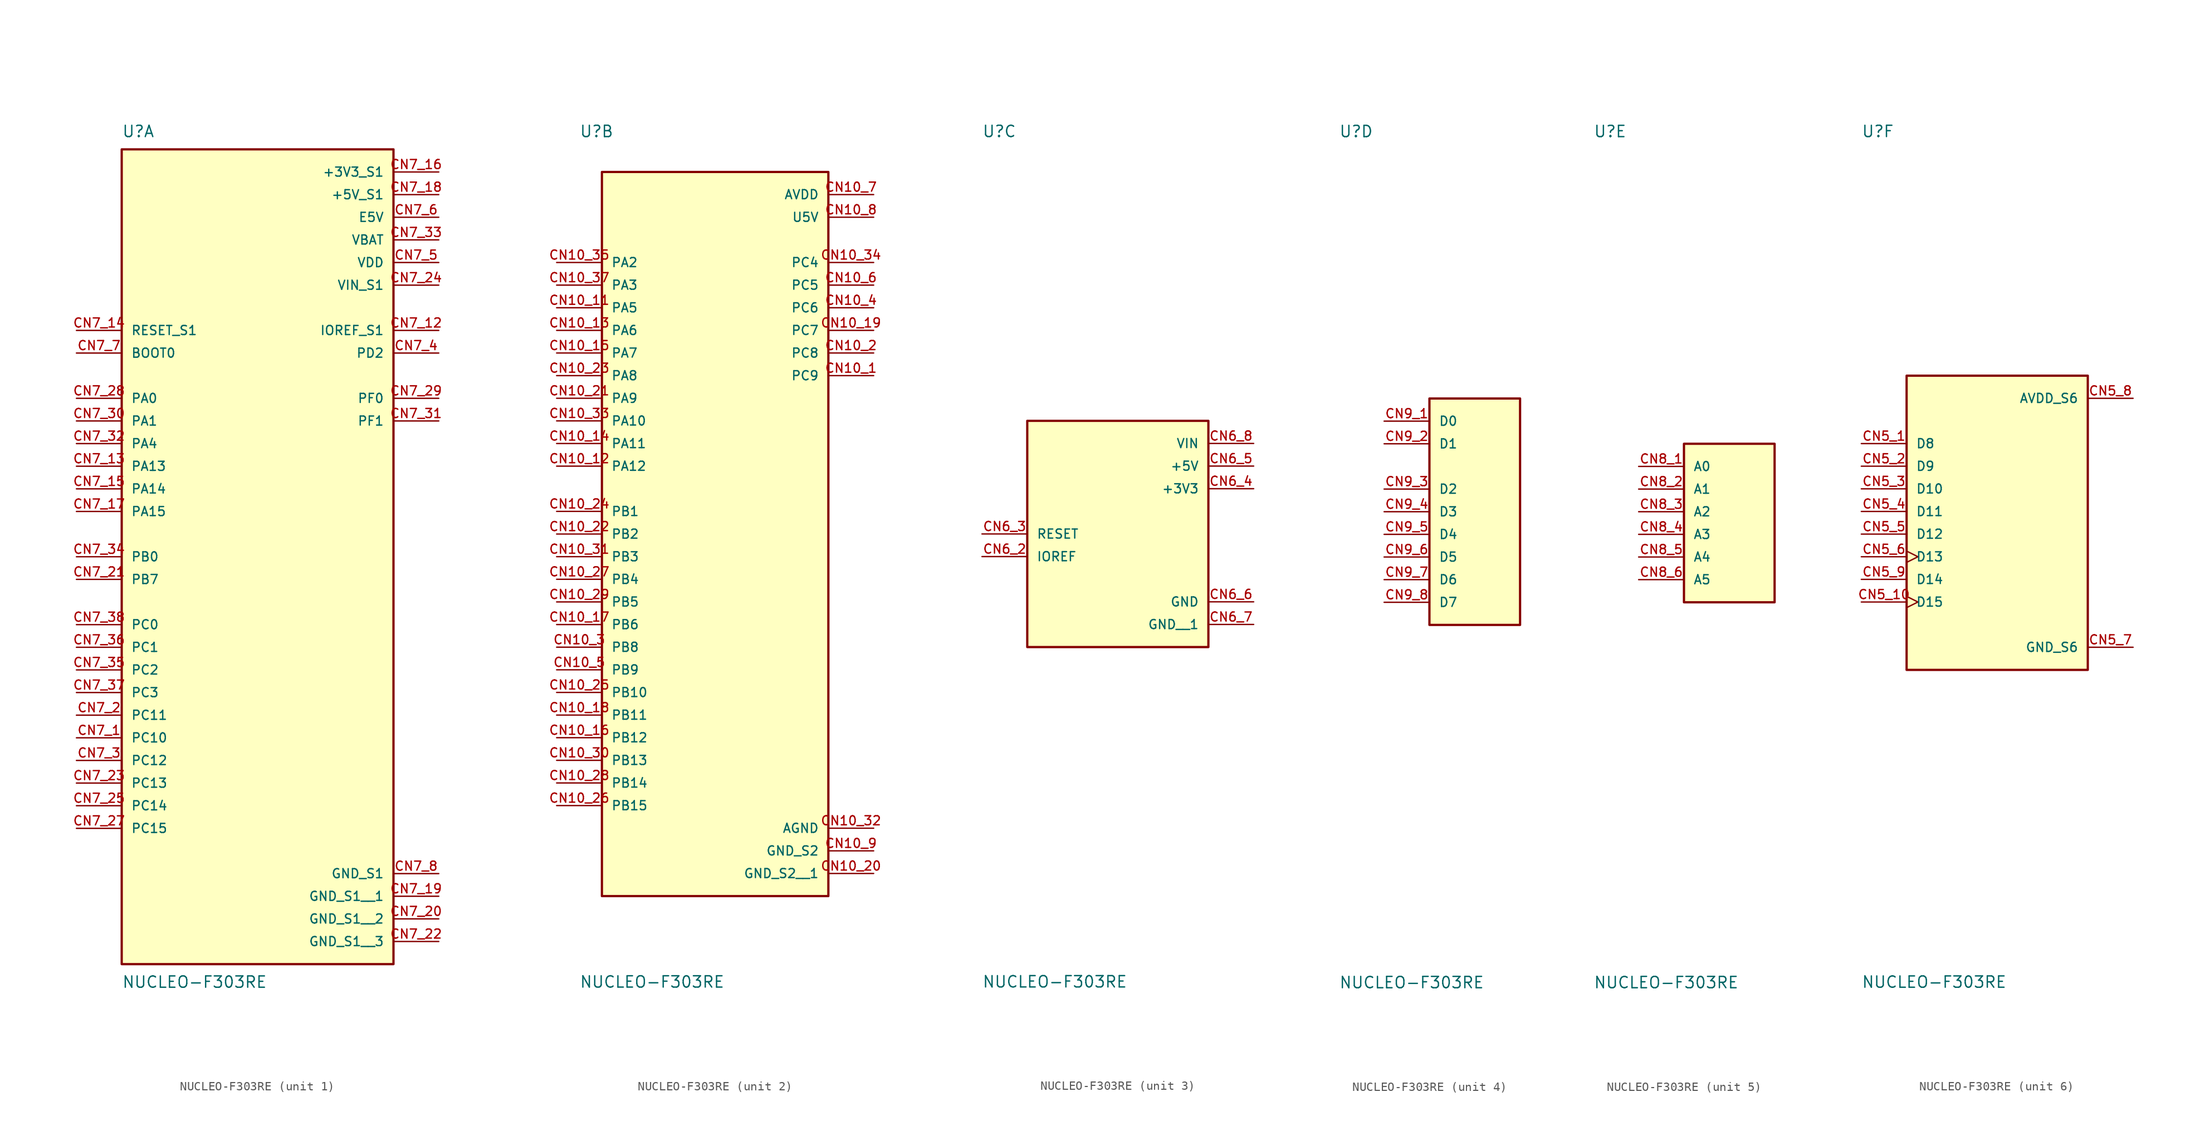
<source format=kicad_sym>
(kicad_symbol_lib
  (version 20211014)
  (generator kicad_symbol_editor)
  (symbol "NUCLEO-F303RE"
    (pin_names
      (offset 1.016))
    (property "Reference" "U"
      (at -15.24 41.91 0)
      (effects (font (size 1.27 1.27)) (justify bottom left)))
    (property "Value" "NUCLEO-F303RE"
      (at -15.24 -52.07 0.0)
      (effects (font (size 1.27 1.27)) (justify top left)))
    (symbol "NUCLEO-F303RE_1_0"
      (rectangle (start -15.24 -50.8) (end 15.24 40.64) (stroke (width 0.254)) (fill (type background)))
      (pin bidirectional line (at -20.32 -25.4 0) (length 5.08) (name "PC10" (effects (font (size 1.016 1.016)))) (number "CN7_1" (effects (font (size 1.016 1.016)))))
      (pin bidirectional line (at -20.32 -22.86 0) (length 5.08) (name "PC11" (effects (font (size 1.016 1.016)))) (number "CN7_2" (effects (font (size 1.016 1.016)))))
      (pin bidirectional line (at -20.32 -27.94 0) (length 5.08) (name "PC12" (effects (font (size 1.016 1.016)))) (number "CN7_3" (effects (font (size 1.016 1.016)))))
      (pin bidirectional line (at 20.32 17.78 180.0) (length 5.08) (name "PD2" (effects (font (size 1.016 1.016)))) (number "CN7_4" (effects (font (size 1.016 1.016)))))
      (pin power_in line (at 20.32 27.94 180.0) (length 5.08) (name "VDD" (effects (font (size 1.016 1.016)))) (number "CN7_5" (effects (font (size 1.016 1.016)))))
      (pin power_in line (at 20.32 33.02 180.0) (length 5.08) (name "E5V" (effects (font (size 1.016 1.016)))) (number "CN7_6" (effects (font (size 1.016 1.016)))))
      (pin bidirectional line (at -20.32 17.78 0) (length 5.08) (name "BOOT0" (effects (font (size 1.016 1.016)))) (number "CN7_7" (effects (font (size 1.016 1.016)))))
      (pin bidirectional line (at 20.32 20.32 180.0) (length 5.08) (name "IOREF_S1" (effects (font (size 1.016 1.016)))) (number "CN7_12" (effects (font (size 1.016 1.016)))))
      (pin bidirectional line (at -20.32 5.08 0) (length 5.08) (name "PA13" (effects (font (size 1.016 1.016)))) (number "CN7_13" (effects (font (size 1.016 1.016)))))
      (pin bidirectional line (at -20.32 20.32 0) (length 5.08) (name "RESET_S1" (effects (font (size 1.016 1.016)))) (number "CN7_14" (effects (font (size 1.016 1.016)))))
      (pin bidirectional line (at -20.32 2.54 0) (length 5.08) (name "PA14" (effects (font (size 1.016 1.016)))) (number "CN7_15" (effects (font (size 1.016 1.016)))))
      (pin power_in line (at 20.32 38.1 180.0) (length 5.08) (name "+3V3_S1" (effects (font (size 1.016 1.016)))) (number "CN7_16" (effects (font (size 1.016 1.016)))))
      (pin bidirectional line (at -20.32 0.0 0) (length 5.08) (name "PA15" (effects (font (size 1.016 1.016)))) (number "CN7_17" (effects (font (size 1.016 1.016)))))
      (pin power_in line (at 20.32 35.56 180.0) (length 5.08) (name "+5V_S1" (effects (font (size 1.016 1.016)))) (number "CN7_18" (effects (font (size 1.016 1.016)))))
      (pin power_in line (at 20.32 -40.64 180.0) (length 5.08) (name "GND_S1" (effects (font (size 1.016 1.016)))) (number "CN7_8" (effects (font (size 1.016 1.016)))))
      (pin bidirectional line (at -20.32 -7.62 0) (length 5.08) (name "PB7" (effects (font (size 1.016 1.016)))) (number "CN7_21" (effects (font (size 1.016 1.016)))))
      (pin bidirectional line (at -20.32 -30.48 0) (length 5.08) (name "PC13" (effects (font (size 1.016 1.016)))) (number "CN7_23" (effects (font (size 1.016 1.016)))))
      (pin power_in line (at 20.32 25.4 180.0) (length 5.08) (name "VIN_S1" (effects (font (size 1.016 1.016)))) (number "CN7_24" (effects (font (size 1.016 1.016)))))
      (pin bidirectional line (at -20.32 -33.02 0) (length 5.08) (name "PC14" (effects (font (size 1.016 1.016)))) (number "CN7_25" (effects (font (size 1.016 1.016)))))
      (pin bidirectional line (at -20.32 -35.56 0) (length 5.08) (name "PC15" (effects (font (size 1.016 1.016)))) (number "CN7_27" (effects (font (size 1.016 1.016)))))
      (pin bidirectional line (at -20.32 12.7 0) (length 5.08) (name "PA0" (effects (font (size 1.016 1.016)))) (number "CN7_28" (effects (font (size 1.016 1.016)))))
      (pin bidirectional line (at 20.32 12.7 180.0) (length 5.08) (name "PF0" (effects (font (size 1.016 1.016)))) (number "CN7_29" (effects (font (size 1.016 1.016)))))
      (pin bidirectional line (at -20.32 10.16 0) (length 5.08) (name "PA1" (effects (font (size 1.016 1.016)))) (number "CN7_30" (effects (font (size 1.016 1.016)))))
      (pin bidirectional line (at 20.32 10.16 180.0) (length 5.08) (name "PF1" (effects (font (size 1.016 1.016)))) (number "CN7_31" (effects (font (size 1.016 1.016)))))
      (pin bidirectional line (at -20.32 7.62 0) (length 5.08) (name "PA4" (effects (font (size 1.016 1.016)))) (number "CN7_32" (effects (font (size 1.016 1.016)))))
      (pin power_in line (at 20.32 30.48 180.0) (length 5.08) (name "VBAT" (effects (font (size 1.016 1.016)))) (number "CN7_33" (effects (font (size 1.016 1.016)))))
      (pin bidirectional line (at -20.32 -5.08 0) (length 5.08) (name "PB0" (effects (font (size 1.016 1.016)))) (number "CN7_34" (effects (font (size 1.016 1.016)))))
      (pin bidirectional line (at -20.32 -17.78 0) (length 5.08) (name "PC2" (effects (font (size 1.016 1.016)))) (number "CN7_35" (effects (font (size 1.016 1.016)))))
      (pin bidirectional line (at -20.32 -15.24 0) (length 5.08) (name "PC1" (effects (font (size 1.016 1.016)))) (number "CN7_36" (effects (font (size 1.016 1.016)))))
      (pin bidirectional line (at -20.32 -20.32 0) (length 5.08) (name "PC3" (effects (font (size 1.016 1.016)))) (number "CN7_37" (effects (font (size 1.016 1.016)))))
      (pin bidirectional line (at -20.32 -12.7 0) (length 5.08) (name "PC0" (effects (font (size 1.016 1.016)))) (number "CN7_38" (effects (font (size 1.016 1.016)))))
      (pin power_in line (at 20.32 -43.18 180.0) (length 5.08) (name "GND_S1__1" (effects (font (size 1.016 1.016)))) (number "CN7_19" (effects (font (size 1.016 1.016)))))
      (pin power_in line (at 20.32 -45.72 180.0) (length 5.08) (name "GND_S1__2" (effects (font (size 1.016 1.016)))) (number "CN7_20" (effects (font (size 1.016 1.016)))))
      (pin power_in line (at 20.32 -48.26 180.0) (length 5.08) (name "GND_S1__3" (effects (font (size 1.016 1.016)))) (number "CN7_22" (effects (font (size 1.016 1.016))))))
    (symbol "NUCLEO-F303RE_2_0"
      (rectangle (start -12.7 -43.18) (end 12.7 38.1) (stroke (width 0.254)) (fill (type background)))
      (pin bidirectional line (at 17.78 15.24 180.0) (length 5.08) (name "PC9" (effects (font (size 1.016 1.016)))) (number "CN10_1" (effects (font (size 1.016 1.016)))))
      (pin bidirectional line (at 17.78 17.78 180.0) (length 5.08) (name "PC8" (effects (font (size 1.016 1.016)))) (number "CN10_2" (effects (font (size 1.016 1.016)))))
      (pin bidirectional line (at -17.78 -15.24 0) (length 5.08) (name "PB8" (effects (font (size 1.016 1.016)))) (number "CN10_3" (effects (font (size 1.016 1.016)))))
      (pin bidirectional line (at 17.78 22.86 180.0) (length 5.08) (name "PC6" (effects (font (size 1.016 1.016)))) (number "CN10_4" (effects (font (size 1.016 1.016)))))
      (pin bidirectional line (at -17.78 -17.78 0) (length 5.08) (name "PB9" (effects (font (size 1.016 1.016)))) (number "CN10_5" (effects (font (size 1.016 1.016)))))
      (pin bidirectional line (at 17.78 25.4 180.0) (length 5.08) (name "PC5" (effects (font (size 1.016 1.016)))) (number "CN10_6" (effects (font (size 1.016 1.016)))))
      (pin power_in line (at 17.78 35.56 180.0) (length 5.08) (name "AVDD" (effects (font (size 1.016 1.016)))) (number "CN10_7" (effects (font (size 1.016 1.016)))))
      (pin power_in line (at 17.78 33.02 180.0) (length 5.08) (name "U5V" (effects (font (size 1.016 1.016)))) (number "CN10_8" (effects (font (size 1.016 1.016)))))
      (pin power_in line (at 17.78 -38.1 180.0) (length 5.08) (name "GND_S2" (effects (font (size 1.016 1.016)))) (number "CN10_9" (effects (font (size 1.016 1.016)))))
      (pin bidirectional line (at -17.78 22.86 0) (length 5.08) (name "PA5" (effects (font (size 1.016 1.016)))) (number "CN10_11" (effects (font (size 1.016 1.016)))))
      (pin bidirectional line (at -17.78 5.08 0) (length 5.08) (name "PA12" (effects (font (size 1.016 1.016)))) (number "CN10_12" (effects (font (size 1.016 1.016)))))
      (pin bidirectional line (at -17.78 20.32 0) (length 5.08) (name "PA6" (effects (font (size 1.016 1.016)))) (number "CN10_13" (effects (font (size 1.016 1.016)))))
      (pin bidirectional line (at -17.78 7.62 0) (length 5.08) (name "PA11" (effects (font (size 1.016 1.016)))) (number "CN10_14" (effects (font (size 1.016 1.016)))))
      (pin bidirectional line (at -17.78 17.78 0) (length 5.08) (name "PA7" (effects (font (size 1.016 1.016)))) (number "CN10_15" (effects (font (size 1.016 1.016)))))
      (pin bidirectional line (at -17.78 -25.4 0) (length 5.08) (name "PB12" (effects (font (size 1.016 1.016)))) (number "CN10_16" (effects (font (size 1.016 1.016)))))
      (pin bidirectional line (at -17.78 -12.7 0) (length 5.08) (name "PB6" (effects (font (size 1.016 1.016)))) (number "CN10_17" (effects (font (size 1.016 1.016)))))
      (pin bidirectional line (at 17.78 20.32 180.0) (length 5.08) (name "PC7" (effects (font (size 1.016 1.016)))) (number "CN10_19" (effects (font (size 1.016 1.016)))))
      (pin bidirectional line (at -17.78 12.7 0) (length 5.08) (name "PA9" (effects (font (size 1.016 1.016)))) (number "CN10_21" (effects (font (size 1.016 1.016)))))
      (pin bidirectional line (at -17.78 -2.54 0) (length 5.08) (name "PB2" (effects (font (size 1.016 1.016)))) (number "CN10_22" (effects (font (size 1.016 1.016)))))
      (pin bidirectional line (at -17.78 15.24 0) (length 5.08) (name "PA8" (effects (font (size 1.016 1.016)))) (number "CN10_23" (effects (font (size 1.016 1.016)))))
      (pin bidirectional line (at -17.78 0.0 0) (length 5.08) (name "PB1" (effects (font (size 1.016 1.016)))) (number "CN10_24" (effects (font (size 1.016 1.016)))))
      (pin bidirectional line (at -17.78 -20.32 0) (length 5.08) (name "PB10" (effects (font (size 1.016 1.016)))) (number "CN10_25" (effects (font (size 1.016 1.016)))))
      (pin bidirectional line (at -17.78 -33.02 0) (length 5.08) (name "PB15" (effects (font (size 1.016 1.016)))) (number "CN10_26" (effects (font (size 1.016 1.016)))))
      (pin bidirectional line (at -17.78 -7.62 0) (length 5.08) (name "PB4" (effects (font (size 1.016 1.016)))) (number "CN10_27" (effects (font (size 1.016 1.016)))))
      (pin bidirectional line (at -17.78 -30.48 0) (length 5.08) (name "PB14" (effects (font (size 1.016 1.016)))) (number "CN10_28" (effects (font (size 1.016 1.016)))))
      (pin bidirectional line (at -17.78 -10.16 0) (length 5.08) (name "PB5" (effects (font (size 1.016 1.016)))) (number "CN10_29" (effects (font (size 1.016 1.016)))))
      (pin bidirectional line (at -17.78 -27.94 0) (length 5.08) (name "PB13" (effects (font (size 1.016 1.016)))) (number "CN10_30" (effects (font (size 1.016 1.016)))))
      (pin bidirectional line (at -17.78 -5.08 0) (length 5.08) (name "PB3" (effects (font (size 1.016 1.016)))) (number "CN10_31" (effects (font (size 1.016 1.016)))))
      (pin power_in line (at 17.78 -35.56 180.0) (length 5.08) (name "AGND" (effects (font (size 1.016 1.016)))) (number "CN10_32" (effects (font (size 1.016 1.016)))))
      (pin bidirectional line (at -17.78 10.16 0) (length 5.08) (name "PA10" (effects (font (size 1.016 1.016)))) (number "CN10_33" (effects (font (size 1.016 1.016)))))
      (pin bidirectional line (at 17.78 27.94 180.0) (length 5.08) (name "PC4" (effects (font (size 1.016 1.016)))) (number "CN10_34" (effects (font (size 1.016 1.016)))))
      (pin bidirectional line (at -17.78 27.94 0) (length 5.08) (name "PA2" (effects (font (size 1.016 1.016)))) (number "CN10_35" (effects (font (size 1.016 1.016)))))
      (pin bidirectional line (at -17.78 25.4 0) (length 5.08) (name "PA3" (effects (font (size 1.016 1.016)))) (number "CN10_37" (effects (font (size 1.016 1.016)))))
      (pin bidirectional line (at -17.78 -22.86 0) (length 5.08) (name "PB11" (effects (font (size 1.016 1.016)))) (number "CN10_18" (effects (font (size 1.016 1.016)))))
      (pin power_in line (at 17.78 -40.64 180.0) (length 5.08) (name "GND_S2__1" (effects (font (size 1.016 1.016)))) (number "CN10_20" (effects (font (size 1.016 1.016))))))
    (symbol "NUCLEO-F303RE_3_0"
      (rectangle (start -10.16 -15.24) (end 10.16 10.16) (stroke (width 0.254)) (fill (type background)))
      (pin bidirectional line (at -15.24 -5.08 0) (length 5.08) (name "IOREF" (effects (font (size 1.016 1.016)))) (number "CN6_2" (effects (font (size 1.016 1.016)))))
      (pin bidirectional line (at -15.24 -2.54 0) (length 5.08) (name "RESET" (effects (font (size 1.016 1.016)))) (number "CN6_3" (effects (font (size 1.016 1.016)))))
      (pin power_in line (at 15.24 2.54 180.0) (length 5.08) (name "+3V3" (effects (font (size 1.016 1.016)))) (number "CN6_4" (effects (font (size 1.016 1.016)))))
      (pin power_in line (at 15.24 5.08 180.0) (length 5.08) (name "+5V" (effects (font (size 1.016 1.016)))) (number "CN6_5" (effects (font (size 1.016 1.016)))))
      (pin power_in line (at 15.24 -10.16 180.0) (length 5.08) (name "GND" (effects (font (size 1.016 1.016)))) (number "CN6_6" (effects (font (size 1.016 1.016)))))
      (pin power_in line (at 15.24 7.62 180.0) (length 5.08) (name "VIN" (effects (font (size 1.016 1.016)))) (number "CN6_8" (effects (font (size 1.016 1.016)))))
      (pin power_in line (at 15.24 -12.7 180.0) (length 5.08) (name "GND__1" (effects (font (size 1.016 1.016)))) (number "CN6_7" (effects (font (size 1.016 1.016))))))
    (symbol "NUCLEO-F303RE_4_0"
      (rectangle (start -5.08 -12.7) (end 5.08 12.7) (stroke (width 0.254)) (fill (type background)))
      (pin input line (at -10.16 10.16 0) (length 5.08) (name "D0" (effects (font (size 1.016 1.016)))) (number "CN9_1" (effects (font (size 1.016 1.016)))))
      (pin output line (at -10.16 7.62 0) (length 5.08) (name "D1" (effects (font (size 1.016 1.016)))) (number "CN9_2" (effects (font (size 1.016 1.016)))))
      (pin bidirectional line (at -10.16 2.54 0) (length 5.08) (name "D2" (effects (font (size 1.016 1.016)))) (number "CN9_3" (effects (font (size 1.016 1.016)))))
      (pin bidirectional line (at -10.16 0.0 0) (length 5.08) (name "D3" (effects (font (size 1.016 1.016)))) (number "CN9_4" (effects (font (size 1.016 1.016)))))
      (pin bidirectional line (at -10.16 -2.54 0) (length 5.08) (name "D4" (effects (font (size 1.016 1.016)))) (number "CN9_5" (effects (font (size 1.016 1.016)))))
      (pin bidirectional line (at -10.16 -5.08 0) (length 5.08) (name "D5" (effects (font (size 1.016 1.016)))) (number "CN9_6" (effects (font (size 1.016 1.016)))))
      (pin bidirectional line (at -10.16 -7.62 0) (length 5.08) (name "D6" (effects (font (size 1.016 1.016)))) (number "CN9_7" (effects (font (size 1.016 1.016)))))
      (pin bidirectional line (at -10.16 -10.16 0) (length 5.08) (name "D7" (effects (font (size 1.016 1.016)))) (number "CN9_8" (effects (font (size 1.016 1.016))))))
    (symbol "NUCLEO-F303RE_5_0"
      (rectangle (start -5.08 -10.16) (end 5.08 7.62) (stroke (width 0.254)) (fill (type background)))
      (pin input line (at -10.16 5.08 0) (length 5.08) (name "A0" (effects (font (size 1.016 1.016)))) (number "CN8_1" (effects (font (size 1.016 1.016)))))
      (pin input line (at -10.16 2.54 0) (length 5.08) (name "A1" (effects (font (size 1.016 1.016)))) (number "CN8_2" (effects (font (size 1.016 1.016)))))
      (pin input line (at -10.16 0.0 0) (length 5.08) (name "A2" (effects (font (size 1.016 1.016)))) (number "CN8_3" (effects (font (size 1.016 1.016)))))
      (pin input line (at -10.16 -2.54 0) (length 5.08) (name "A3" (effects (font (size 1.016 1.016)))) (number "CN8_4" (effects (font (size 1.016 1.016)))))
      (pin input line (at -10.16 -5.08 0) (length 5.08) (name "A4" (effects (font (size 1.016 1.016)))) (number "CN8_5" (effects (font (size 1.016 1.016)))))
      (pin input line (at -10.16 -7.62 0) (length 5.08) (name "A5" (effects (font (size 1.016 1.016)))) (number "CN8_6" (effects (font (size 1.016 1.016))))))
    (symbol "NUCLEO-F303RE_6_0"
      (rectangle (start -10.16 -17.78) (end 10.16 15.24) (stroke (width 0.254)) (fill (type background)))
      (pin bidirectional line (at -15.24 7.62 0) (length 5.08) (name "D8" (effects (font (size 1.016 1.016)))) (number "CN5_1" (effects (font (size 1.016 1.016)))))
      (pin bidirectional line (at -15.24 5.08 0) (length 5.08) (name "D9" (effects (font (size 1.016 1.016)))) (number "CN5_2" (effects (font (size 1.016 1.016)))))
      (pin bidirectional line (at -15.24 2.54 0) (length 5.08) (name "D10" (effects (font (size 1.016 1.016)))) (number "CN5_3" (effects (font (size 1.016 1.016)))))
      (pin bidirectional line (at -15.24 0.0 0) (length 5.08) (name "D11" (effects (font (size 1.016 1.016)))) (number "CN5_4" (effects (font (size 1.016 1.016)))))
      (pin bidirectional line (at -15.24 -2.54 0) (length 5.08) (name "D12" (effects (font (size 1.016 1.016)))) (number "CN5_5" (effects (font (size 1.016 1.016)))))
      (pin bidirectional clock (at -15.24 -5.08 0) (length 5.08) (name "D13" (effects (font (size 1.016 1.016)))) (number "CN5_6" (effects (font (size 1.016 1.016)))))
      (pin power_in line (at 15.24 -15.24 180.0) (length 5.08) (name "GND_S6" (effects (font (size 1.016 1.016)))) (number "CN5_7" (effects (font (size 1.016 1.016)))))
      (pin power_in line (at 15.24 12.7 180.0) (length 5.08) (name "AVDD_S6" (effects (font (size 1.016 1.016)))) (number "CN5_8" (effects (font (size 1.016 1.016)))))
      (pin bidirectional line (at -15.24 -7.62 0) (length 5.08) (name "D14" (effects (font (size 1.016 1.016)))) (number "CN5_9" (effects (font (size 1.016 1.016)))))
      (pin bidirectional clock (at -15.24 -10.16 0) (length 5.08) (name "D15" (effects (font (size 1.016 1.016)))) (number "CN5_10" (effects (font (size 1.016 1.016))))))))
</source>
